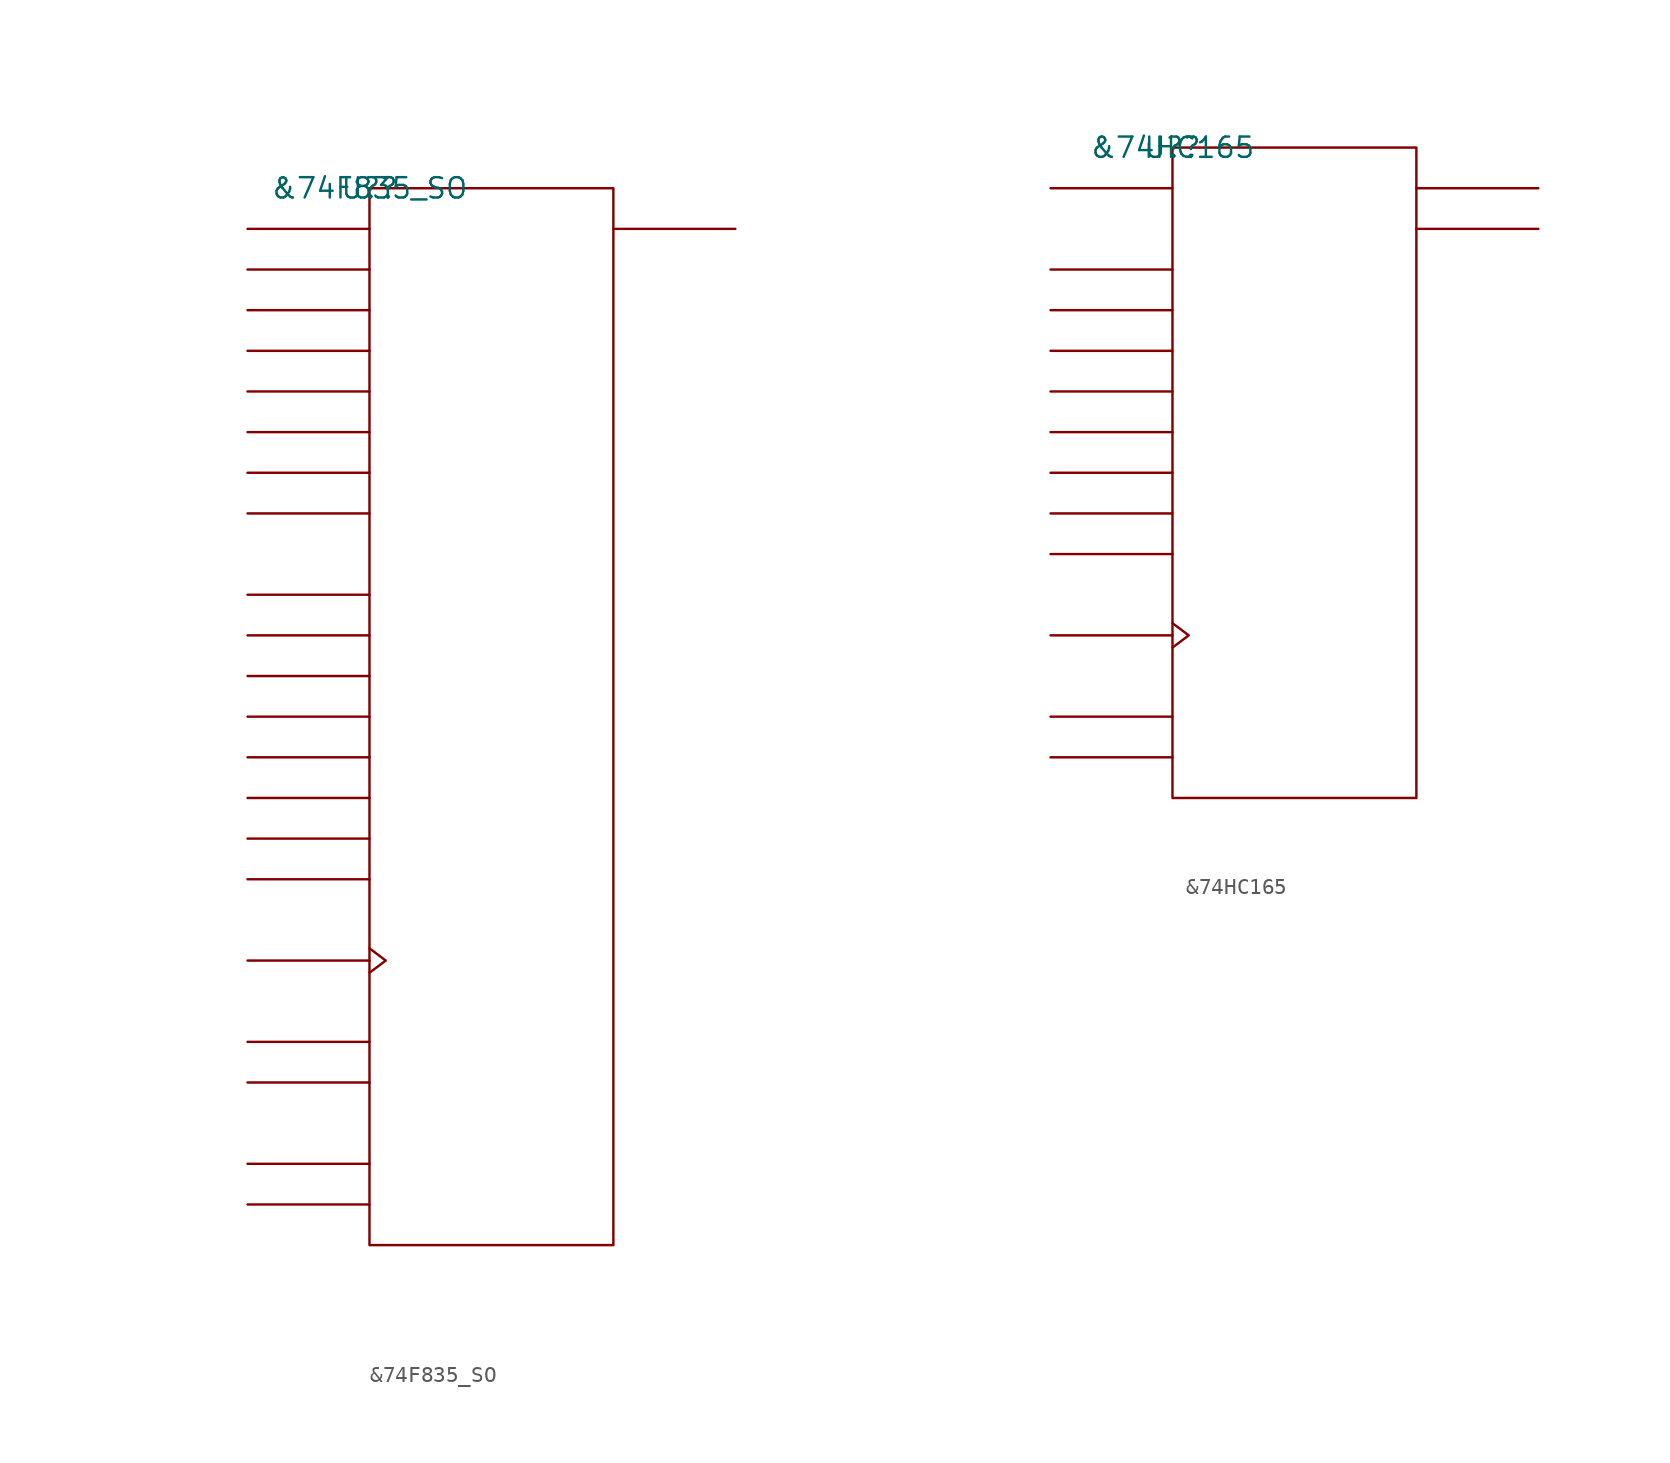
<source format=kicad_sym>
(kicad_symbol_lib
  (version 20211014)
  (generator kicad_symbol_editor)
  (symbol "&74F835_SO"
    (pin_names
      (offset 0.762))
    (property "Reference" "U?"
      (at 0 0 0)
      (effects (font (size 1.27 1.27))))
    (property "Value" "&74F835_SO"
      (at 0 0 0)
      (effects (font (size 1.27 1.27))))
    (symbol "&74F835_SO_0_1"
      (rectangle (start 0 -66.04) (end 15.24 0) (stroke (width 0) (type default) (color 0 0 0 0)) (fill (type none)))
      (polyline (pts (xy 0 -63.5) (xy -7.62 -63.5)) (stroke (width 0) (type default) (color 0 0 0 0)) (fill (type none)))
      (polyline (pts (xy 0 -60.96) (xy -7.62 -60.96)) (stroke (width 0) (type default) (color 0 0 0 0)) (fill (type none)))
      (polyline (pts (xy 0 -55.88) (xy -7.62 -55.88)) (stroke (width 0) (type default) (color 0 0 0 0)) (fill (type none)))
      (polyline (pts (xy 0 -53.34) (xy -7.62 -53.34)) (stroke (width 0) (type default) (color 0 0 0 0)) (fill (type none)))
      (polyline (pts (xy 0 -48.26) (xy -7.62 -48.26)) (stroke (width 0) (type default) (color 0 0 0 0)) (fill (type none)))
      (polyline (pts (xy 0 -43.18) (xy -7.62 -43.18)) (stroke (width 0) (type default) (color 0 0 0 0)) (fill (type none)))
      (polyline (pts (xy 0 -40.64) (xy -7.62 -40.64)) (stroke (width 0) (type default) (color 0 0 0 0)) (fill (type none)))
      (polyline (pts (xy 0 -38.1) (xy -7.62 -38.1)) (stroke (width 0) (type default) (color 0 0 0 0)) (fill (type none)))
      (polyline (pts (xy 0 -35.56) (xy -7.62 -35.56)) (stroke (width 0) (type default) (color 0 0 0 0)) (fill (type none)))
      (polyline (pts (xy 0 -33.02) (xy -7.62 -33.02)) (stroke (width 0) (type default) (color 0 0 0 0)) (fill (type none)))
      (polyline (pts (xy 0 -30.48) (xy -7.62 -30.48)) (stroke (width 0) (type default) (color 0 0 0 0)) (fill (type none)))
      (polyline (pts (xy 0 -27.94) (xy -7.62 -27.94)) (stroke (width 0) (type default) (color 0 0 0 0)) (fill (type none)))
      (polyline (pts (xy 0 -25.4) (xy -7.62 -25.4)) (stroke (width 0) (type default) (color 0 0 0 0)) (fill (type none)))
      (polyline (pts (xy 0 -20.32) (xy -7.62 -20.32)) (stroke (width 0) (type default) (color 0 0 0 0)) (fill (type none)))
      (polyline (pts (xy 0 -17.78) (xy -7.62 -17.78)) (stroke (width 0) (type default) (color 0 0 0 0)) (fill (type none)))
      (polyline (pts (xy 0 -15.24) (xy -7.62 -15.24)) (stroke (width 0) (type default) (color 0 0 0 0)) (fill (type none)))
      (polyline (pts (xy 0 -12.7) (xy -7.62 -12.7)) (stroke (width 0) (type default) (color 0 0 0 0)) (fill (type none)))
      (polyline (pts (xy 0 -10.16) (xy -7.62 -10.16)) (stroke (width 0) (type default) (color 0 0 0 0)) (fill (type none)))
      (polyline (pts (xy 0 -7.62) (xy -7.62 -7.62)) (stroke (width 0) (type default) (color 0 0 0 0)) (fill (type none)))
      (polyline (pts (xy 0 -5.08) (xy -7.62 -5.08)) (stroke (width 0) (type default) (color 0 0 0 0)) (fill (type none)))
      (polyline (pts (xy 0 -2.54) (xy -7.62 -2.54)) (stroke (width 0) (type default) (color 0 0 0 0)) (fill (type none)))
      (polyline (pts (xy 15.24 -2.54) (xy 22.86 -2.54)) (stroke (width 0) (type default) (color 0 0 0 0)) (fill (type none)))
      (polyline (pts (xy 0 -47.498) (xy 1.016 -48.26) (xy 0 -49.022)) (stroke (width 0) (type default) (color 0 0 0 0)) (fill (type none))))
    (symbol "&74F835_SO_1_1"
      (pin unspecified line (at -7.62 -63.5 0) (length 7.62) hide (name "E\\N\\P\\" (effects (font (size 1.245 1.245)))) (number "1" (effects (font (size 1.245 1.245)))))
      (pin unspecified line (at -7.62 -43.18 0) (length 7.62) hide (name "D7B" (effects (font (size 1.245 1.245)))) (number "10" (effects (font (size 1.245 1.245)))))
      (pin unspecified line (at 22.86 -2.54 180) (length 7.62) hide (name "Q7" (effects (font (size 1.245 1.245)))) (number "11" (effects (font (size 1.245 1.245)))))
      (pin power_in line (at 10.16 -66.04 180) (length 7.62) hide (name "GND" (effects (font (size 1.245 1.245)))) (number "12" (effects (font (size 1.245 1.245)))))
      (pin unspecified line (at -7.62 -60.96 0) (length 7.62) hide (name "ENL" (effects (font (size 1.245 1.245)))) (number "13" (effects (font (size 1.245 1.245)))))
      (pin unspecified line (at -7.62 -55.88 0) (length 7.62) hide (name "SELA\\/B" (effects (font (size 1.245 1.245)))) (number "14" (effects (font (size 1.245 1.245)))))
      (pin unspecified line (at -7.62 -53.34 0) (length 7.62) hide (name "DS" (effects (font (size 1.245 1.245)))) (number "15" (effects (font (size 1.245 1.245)))))
      (pin unspecified line (at -7.62 -2.54 0) (length 7.62) hide (name "D0A" (effects (font (size 1.245 1.245)))) (number "16" (effects (font (size 1.245 1.245)))))
      (pin unspecified line (at -7.62 -25.4 0) (length 7.62) hide (name "D0B" (effects (font (size 1.245 1.245)))) (number "17" (effects (font (size 1.245 1.245)))))
      (pin unspecified line (at -7.62 -5.08 0) (length 7.62) hide (name "D1A" (effects (font (size 1.245 1.245)))) (number "18" (effects (font (size 1.245 1.245)))))
      (pin unspecified line (at -7.62 -27.94 0) (length 7.62) hide (name "D1B" (effects (font (size 1.245 1.245)))) (number "19" (effects (font (size 1.245 1.245)))))
      (pin unspecified line (at -7.62 -48.26 180) (length 7.62) hide (name "CLK" (effects (font (size 1.245 1.245)))) (number "2" (effects (font (size 1.245 1.245)))))
      (pin unspecified line (at -7.62 -7.62 0) (length 7.62) hide (name "D2A" (effects (font (size 1.245 1.245)))) (number "20" (effects (font (size 1.245 1.245)))))
      (pin unspecified line (at -7.62 -30.48 0) (length 7.62) hide (name "D2B" (effects (font (size 1.245 1.245)))) (number "21" (effects (font (size 1.245 1.245)))))
      (pin unspecified line (at -7.62 -10.16 0) (length 7.62) hide (name "D3A" (effects (font (size 1.245 1.245)))) (number "22" (effects (font (size 1.245 1.245)))))
      (pin unspecified line (at -7.62 -33.02 0) (length 7.62) hide (name "D3B" (effects (font (size 1.245 1.245)))) (number "23" (effects (font (size 1.245 1.245)))))
      (pin power_in line (at 7.62 0 0) (length 7.62) hide (name "VCC" (effects (font (size 1.245 1.245)))) (number "24" (effects (font (size 1.245 1.245)))))
      (pin unspecified line (at -7.62 -12.7 0) (length 7.62) hide (name "D4A" (effects (font (size 1.245 1.245)))) (number "3" (effects (font (size 1.245 1.245)))))
      (pin unspecified line (at -7.62 -35.56 0) (length 7.62) hide (name "D4B" (effects (font (size 1.245 1.245)))) (number "4" (effects (font (size 1.245 1.245)))))
      (pin unspecified line (at -7.62 -15.24 0) (length 7.62) hide (name "D5A" (effects (font (size 1.245 1.245)))) (number "5" (effects (font (size 1.245 1.245)))))
      (pin unspecified line (at -7.62 -38.1 0) (length 7.62) hide (name "D5B" (effects (font (size 1.245 1.245)))) (number "6" (effects (font (size 1.245 1.245)))))
      (pin unspecified line (at -7.62 -17.78 0) (length 7.62) hide (name "D6A" (effects (font (size 1.245 1.245)))) (number "7" (effects (font (size 1.245 1.245)))))
      (pin unspecified line (at -7.62 -40.64 0) (length 7.62) hide (name "D6B" (effects (font (size 1.245 1.245)))) (number "8" (effects (font (size 1.245 1.245)))))
      (pin unspecified line (at -7.62 -20.32 0) (length 7.62) hide (name "D7A" (effects (font (size 1.245 1.245)))) (number "9" (effects (font (size 1.245 1.245)))))))
  (symbol "&74HC165"
    (pin_names
      (offset 0.762))
    (property "Reference" "U?"
      (at 0 0 0)
      (effects (font (size 1.27 1.27))))
    (property "Value" "&74HC165"
      (at 0 0 0)
      (effects (font (size 1.27 1.27))))
    (symbol "&74HC165_0_1"
      (rectangle (start 0 -40.64) (end 15.24 0) (stroke (width 0) (type default) (color 0 0 0 0)) (fill (type none)))
      (polyline (pts (xy 0 -38.1) (xy -7.62 -38.1)) (stroke (width 0) (type default) (color 0 0 0 0)) (fill (type none)))
      (polyline (pts (xy 0 -35.56) (xy -7.62 -35.56)) (stroke (width 0) (type default) (color 0 0 0 0)) (fill (type none)))
      (polyline (pts (xy 0 -30.48) (xy -7.62 -30.48)) (stroke (width 0) (type default) (color 0 0 0 0)) (fill (type none)))
      (polyline (pts (xy 0 -25.4) (xy -7.62 -25.4)) (stroke (width 0) (type default) (color 0 0 0 0)) (fill (type none)))
      (polyline (pts (xy 0 -22.86) (xy -7.62 -22.86)) (stroke (width 0) (type default) (color 0 0 0 0)) (fill (type none)))
      (polyline (pts (xy 0 -20.32) (xy -7.62 -20.32)) (stroke (width 0) (type default) (color 0 0 0 0)) (fill (type none)))
      (polyline (pts (xy 0 -17.78) (xy -7.62 -17.78)) (stroke (width 0) (type default) (color 0 0 0 0)) (fill (type none)))
      (polyline (pts (xy 0 -15.24) (xy -7.62 -15.24)) (stroke (width 0) (type default) (color 0 0 0 0)) (fill (type none)))
      (polyline (pts (xy 0 -12.7) (xy -7.62 -12.7)) (stroke (width 0) (type default) (color 0 0 0 0)) (fill (type none)))
      (polyline (pts (xy 0 -10.16) (xy -7.62 -10.16)) (stroke (width 0) (type default) (color 0 0 0 0)) (fill (type none)))
      (polyline (pts (xy 0 -7.62) (xy -7.62 -7.62)) (stroke (width 0) (type default) (color 0 0 0 0)) (fill (type none)))
      (polyline (pts (xy 0 -2.54) (xy -7.62 -2.54)) (stroke (width 0) (type default) (color 0 0 0 0)) (fill (type none)))
      (polyline (pts (xy 15.24 -5.08) (xy 22.86 -5.08)) (stroke (width 0) (type default) (color 0 0 0 0)) (fill (type none)))
      (polyline (pts (xy 15.24 -2.54) (xy 22.86 -2.54)) (stroke (width 0) (type default) (color 0 0 0 0)) (fill (type none)))
      (polyline (pts (xy 0 -29.718) (xy 1.016 -30.48) (xy 0 -31.242)) (stroke (width 0) (type default) (color 0 0 0 0)) (fill (type none))))
    (symbol "&74HC165_1_1"
      (pin unspecified line (at -7.62 -38.1 0) (length 7.62) hide (name "P\\L\\" (effects (font (size 1.245 1.245)))) (number "1" (effects (font (size 1.245 1.245)))))
      (pin unspecified line (at -7.62 -2.54 0) (length 7.62) hide (name "SDI" (effects (font (size 1.245 1.245)))) (number "10" (effects (font (size 1.245 1.245)))))
      (pin unspecified line (at -7.62 -7.62 0) (length 7.62) hide (name "D0" (effects (font (size 1.245 1.245)))) (number "11" (effects (font (size 1.245 1.245)))))
      (pin unspecified line (at -7.62 -10.16 0) (length 7.62) hide (name "D1" (effects (font (size 1.245 1.245)))) (number "12" (effects (font (size 1.245 1.245)))))
      (pin unspecified line (at -7.62 -12.7 0) (length 7.62) hide (name "D2" (effects (font (size 1.245 1.245)))) (number "13" (effects (font (size 1.245 1.245)))))
      (pin unspecified line (at -7.62 -15.24 0) (length 7.62) hide (name "D3" (effects (font (size 1.245 1.245)))) (number "14" (effects (font (size 1.245 1.245)))))
      (pin unspecified line (at -7.62 -35.56 0) (length 7.62) hide (name "C\\K\\E\\" (effects (font (size 1.245 1.245)))) (number "15" (effects (font (size 1.245 1.245)))))
      (pin power_in line (at 7.62 0 180) (length 7.62) hide (name "VCC" (effects (font (size 1.245 1.245)))) (number "16" (effects (font (size 1.245 1.245)))))
      (pin unspecified line (at -7.62 -30.48 180) (length 7.62) hide (name "CLK" (effects (font (size 1.245 1.245)))) (number "2" (effects (font (size 1.245 1.245)))))
      (pin unspecified line (at -7.62 -17.78 0) (length 7.62) hide (name "D4" (effects (font (size 1.245 1.245)))) (number "3" (effects (font (size 1.245 1.245)))))
      (pin unspecified line (at -7.62 -20.32 0) (length 7.62) hide (name "D5" (effects (font (size 1.245 1.245)))) (number "4" (effects (font (size 1.245 1.245)))))
      (pin unspecified line (at -7.62 -22.86 0) (length 7.62) hide (name "D6" (effects (font (size 1.245 1.245)))) (number "5" (effects (font (size 1.245 1.245)))))
      (pin unspecified line (at -7.62 -25.4 0) (length 7.62) hide (name "D7" (effects (font (size 1.245 1.245)))) (number "6" (effects (font (size 1.245 1.245)))))
      (pin unspecified line (at 22.86 -5.08 180) (length 7.62) hide (name "Q\\7\\" (effects (font (size 1.245 1.245)))) (number "7" (effects (font (size 1.245 1.245)))))
      (pin power_in line (at 10.16 -40.64 180) (length 7.62) hide (name "GND" (effects (font (size 1.245 1.245)))) (number "8" (effects (font (size 1.245 1.245)))))
      (pin unspecified line (at 22.86 -2.54 180) (length 7.62) hide (name "Q7" (effects (font (size 1.245 1.245)))) (number "9" (effects (font (size 1.245 1.245))))))))
</source>
